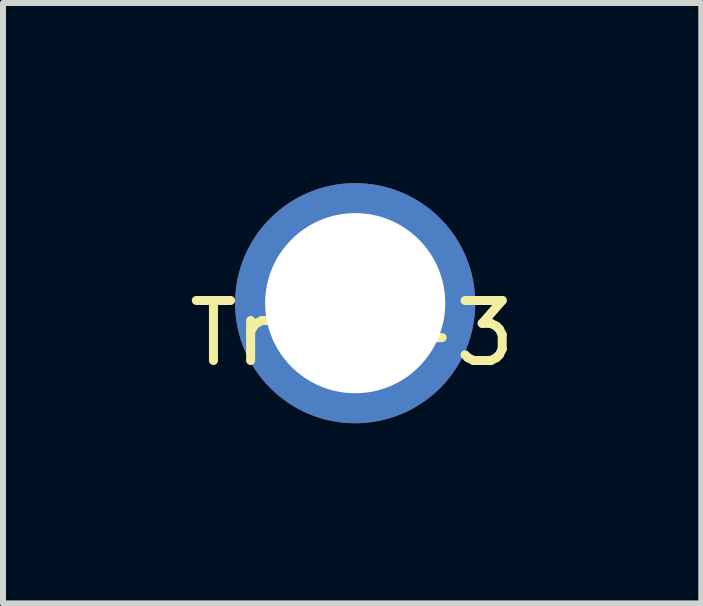
<source format=kicad_pcb>
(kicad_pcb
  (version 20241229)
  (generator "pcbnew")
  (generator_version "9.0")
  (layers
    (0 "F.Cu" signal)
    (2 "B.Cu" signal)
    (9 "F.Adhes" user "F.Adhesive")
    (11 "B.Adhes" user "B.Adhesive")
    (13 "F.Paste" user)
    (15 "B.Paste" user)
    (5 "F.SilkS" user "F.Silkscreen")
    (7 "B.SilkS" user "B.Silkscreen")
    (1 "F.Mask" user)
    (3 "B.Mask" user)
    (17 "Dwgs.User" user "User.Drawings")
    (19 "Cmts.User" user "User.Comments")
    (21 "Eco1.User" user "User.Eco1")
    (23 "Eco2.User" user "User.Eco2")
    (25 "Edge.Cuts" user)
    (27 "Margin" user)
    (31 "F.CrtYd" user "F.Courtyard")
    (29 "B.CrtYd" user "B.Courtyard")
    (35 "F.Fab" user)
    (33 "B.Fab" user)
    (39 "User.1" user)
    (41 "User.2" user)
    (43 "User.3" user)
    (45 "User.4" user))
  (footprint "Trou-3"
    (layer "F.Cu")
    (at 2.815 2)
    (property "Reference" "Trou-3" (at 0 0.5 0) (layer "F.SilkS") (effects (font (size 1 1) (thickness 0.15))))
    (attr through_hole)
    (pad "1" thru_hole circle (at 0.051 0) (size 4 4) (drill 3) (layers "*.Cu" "*.Mask")))
  (gr_rect
    (start -3 -3)
    (end 8.631 7)
    (stroke (width 0.1) (type default))
    (fill no)
    (layer "Edge.Cuts")))
</source>
